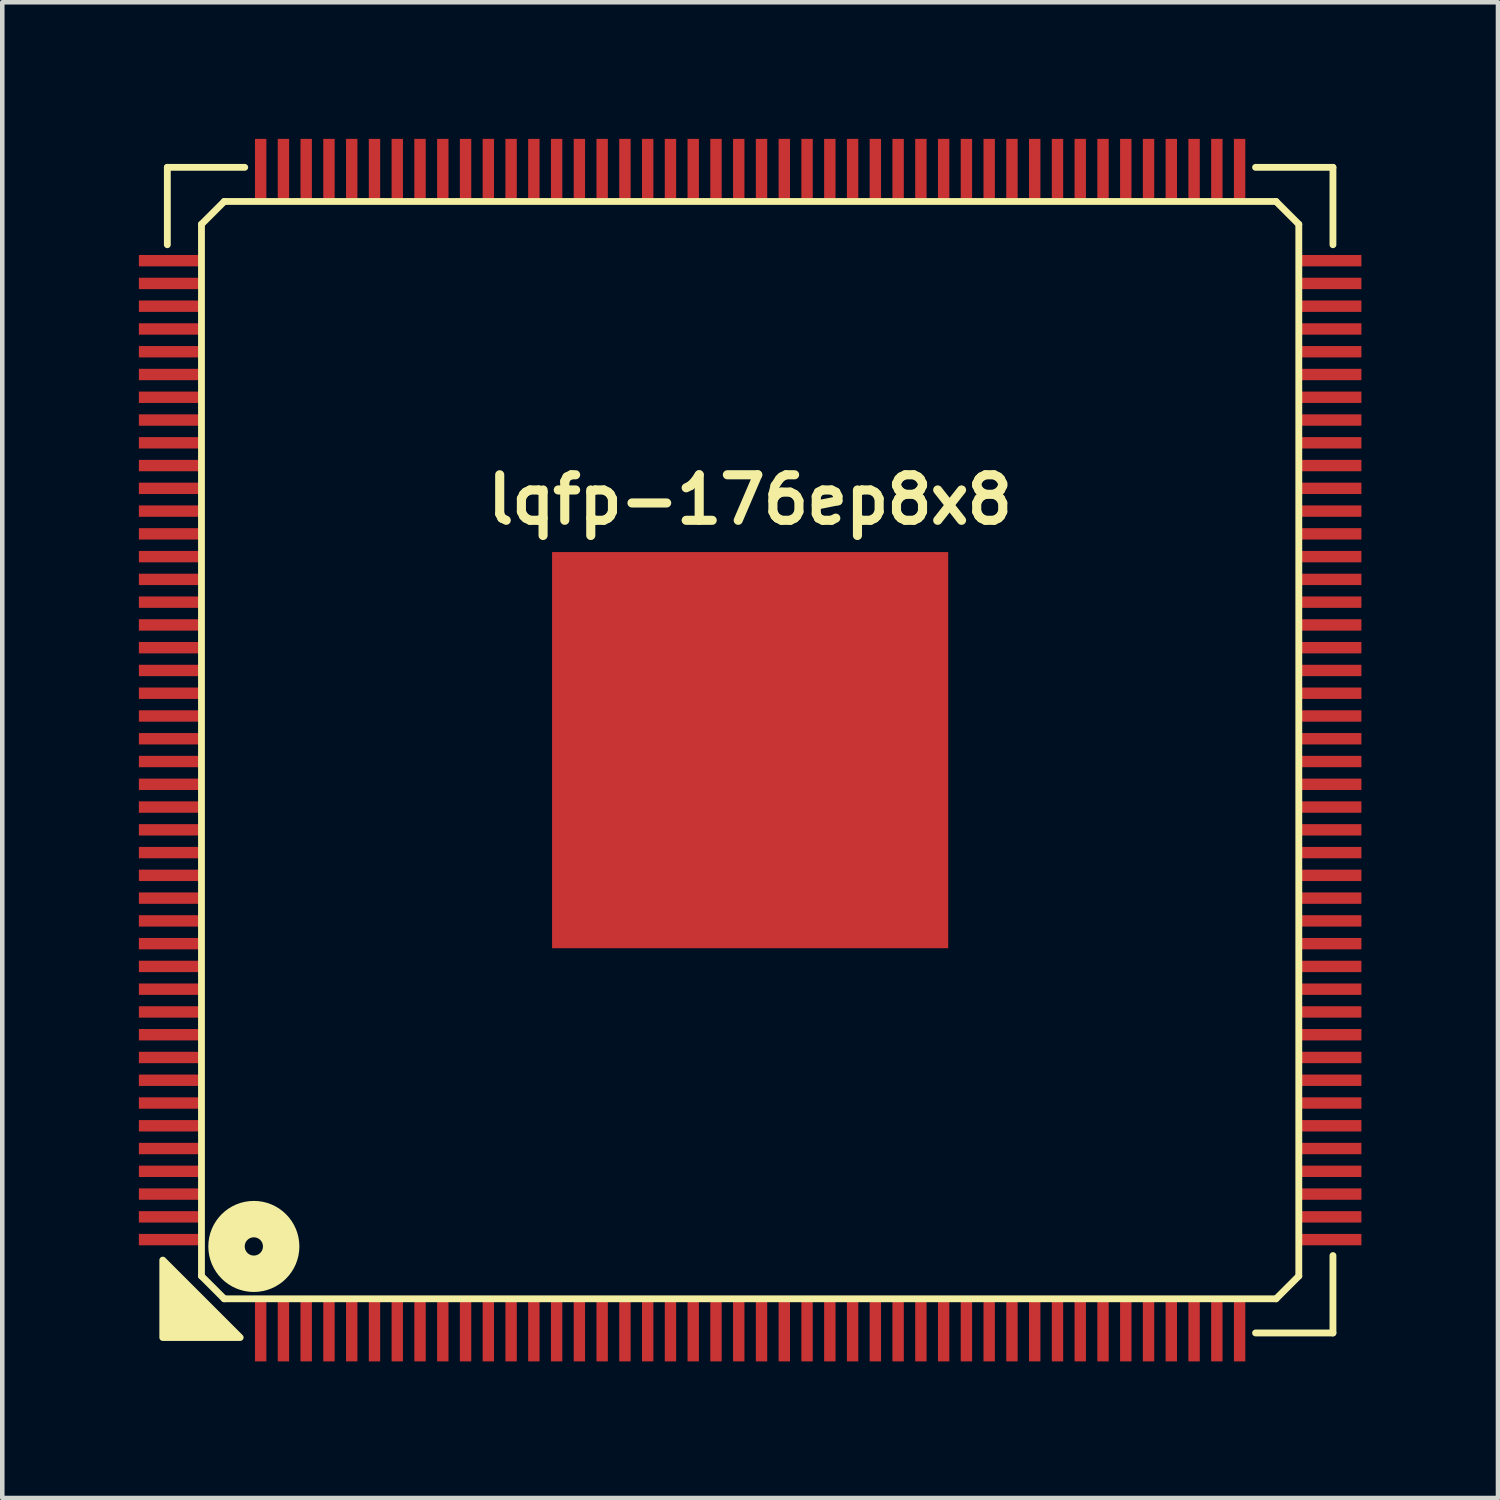
<source format=kicad_pcb>
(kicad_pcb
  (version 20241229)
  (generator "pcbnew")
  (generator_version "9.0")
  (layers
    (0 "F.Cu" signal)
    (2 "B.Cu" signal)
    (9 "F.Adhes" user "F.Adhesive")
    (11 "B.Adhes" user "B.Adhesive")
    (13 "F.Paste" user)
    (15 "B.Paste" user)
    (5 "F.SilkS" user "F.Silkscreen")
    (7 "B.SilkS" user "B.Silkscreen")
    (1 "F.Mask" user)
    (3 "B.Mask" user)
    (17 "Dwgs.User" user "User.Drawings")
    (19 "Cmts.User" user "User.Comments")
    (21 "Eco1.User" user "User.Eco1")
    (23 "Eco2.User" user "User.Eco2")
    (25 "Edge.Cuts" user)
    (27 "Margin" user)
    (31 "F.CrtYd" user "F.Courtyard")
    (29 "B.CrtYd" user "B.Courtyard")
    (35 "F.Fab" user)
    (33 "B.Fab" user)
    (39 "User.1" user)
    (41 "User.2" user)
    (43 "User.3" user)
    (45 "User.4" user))
  (footprint "lqfp-176ep8x8"
    (layer "F.Cu")
    (at 13.425 13.425)
    (property "Reference" "lqfp-176ep8x8" (at 0 -5.5 0) (layer "F.SilkS") (effects (font (size 1 1) (thickness 0.2))))
    (attr smd)
    (fp_line (start -12.8 -12.8) (end -11.1 -12.8) (stroke (width 0.15) (type solid)) (layer "F.SilkS"))
    (fp_line (start -12.8 -11.1) (end -12.8 -12.8) (stroke (width 0.15) (type solid)) (layer "F.SilkS"))
    (fp_line (start -12.05 -11.55) (end -11.55 -12.05) (stroke (width 0.15) (type solid)) (layer "F.SilkS"))
    (fp_line (start -12.05 11.55) (end -12.05 -11.55) (stroke (width 0.15) (type solid)) (layer "F.SilkS"))
    (fp_line (start -11.55 -12.05) (end 11.55 -12.05) (stroke (width 0.15) (type solid)) (layer "F.SilkS"))
    (fp_line (start -11.55 12.05) (end -12.05 11.55) (stroke (width 0.15) (type solid)) (layer "F.SilkS"))
    (fp_line (start 11.1 -12.8) (end 12.8 -12.8) (stroke (width 0.15) (type solid)) (layer "F.SilkS"))
    (fp_line (start 11.55 -12.05) (end 12.05 -11.55) (stroke (width 0.15) (type solid)) (layer "F.SilkS"))
    (fp_line (start 11.55 12.05) (end -11.55 12.05) (stroke (width 0.15) (type solid)) (layer "F.SilkS"))
    (fp_line (start 12.05 -11.55) (end 12.05 11.55) (stroke (width 0.15) (type solid)) (layer "F.SilkS"))
    (fp_line (start 12.05 11.55) (end 11.55 12.05) (stroke (width 0.15) (type solid)) (layer "F.SilkS"))
    (fp_line (start 12.8 -12.8) (end 12.8 -11.1) (stroke (width 0.15) (type solid)) (layer "F.SilkS"))
    (fp_line (start 12.8 11.1) (end 12.8 12.8) (stroke (width 0.15) (type solid)) (layer "F.SilkS"))
    (fp_line (start 12.8 12.8) (end 11.1 12.8) (stroke (width 0.15) (type solid)) (layer "F.SilkS"))
    (fp_circle (center -10.9 10.9) (end -10.7 10.9) (stroke (width 0.8) (type solid)) (fill no) (layer "F.SilkS"))
    (fp_poly (pts (xy -11.2 12.9) (xy -12.9 12.9) (xy -12.9 11.2)) (stroke (width 0.15) (type solid)) (fill yes) (layer "F.SilkS"))
    (pad "" smd rect (at -3.3 -3.3) (size 1.9 1.9) (layers "F.Paste"))
    (pad "" smd rect (at -3.3 -1.1) (size 1.9 1.9) (layers "F.Paste"))
    (pad "" smd rect (at -3.3 1.1) (size 1.9 1.9) (layers "F.Paste"))
    (pad "" smd rect (at -3.3 3.3) (size 1.9 1.9) (layers "F.Paste"))
    (pad "" smd rect (at -1.1 -3.3) (size 1.9 1.9) (layers "F.Paste"))
    (pad "" smd rect (at -1.1 -1.1) (size 1.9 1.9) (layers "F.Paste"))
    (pad "" smd rect (at -1.1 1.1) (size 1.9 1.9) (layers "F.Paste"))
    (pad "" smd rect (at -1.1 3.3) (size 1.9 1.9) (layers "F.Paste"))
    (pad "" smd rect (at 1.1 -3.3) (size 1.9 1.9) (layers "F.Paste"))
    (pad "" smd rect (at 1.1 -1.1) (size 1.9 1.9) (layers "F.Paste"))
    (pad "" smd rect (at 1.1 1.1) (size 1.9 1.9) (layers "F.Paste"))
    (pad "" smd rect (at 1.1 3.3) (size 1.9 1.9) (layers "F.Paste"))
    (pad "" smd rect (at 3.3 -3.3) (size 1.9 1.9) (layers "F.Paste"))
    (pad "" smd rect (at 3.3 -1.1) (size 1.9 1.9) (layers "F.Paste"))
    (pad "" smd rect (at 3.3 1.1) (size 1.9 1.9) (layers "F.Paste"))
    (pad "" smd rect (at 3.3 3.3) (size 1.9 1.9) (layers "F.Paste"))
    (pad "1" smd rect (at -10.75 12.75) (size 0.25 1.35) (layers "F.Cu" "F.Mask" "F.Paste"))
    (pad "2" smd rect (at -10.25 12.75) (size 0.25 1.35) (layers "F.Cu" "F.Mask" "F.Paste"))
    (pad "3" smd rect (at -9.75 12.75) (size 0.25 1.35) (layers "F.Cu" "F.Mask" "F.Paste"))
    (pad "4" smd rect (at -9.25 12.75) (size 0.25 1.35) (layers "F.Cu" "F.Mask" "F.Paste"))
    (pad "5" smd rect (at -8.75 12.75) (size 0.25 1.35) (layers "F.Cu" "F.Mask" "F.Paste"))
    (pad "6" smd rect (at -8.25 12.75) (size 0.25 1.35) (layers "F.Cu" "F.Mask" "F.Paste"))
    (pad "7" smd rect (at -7.75 12.75) (size 0.25 1.35) (layers "F.Cu" "F.Mask" "F.Paste"))
    (pad "8" smd rect (at -7.25 12.75) (size 0.25 1.35) (layers "F.Cu" "F.Mask" "F.Paste"))
    (pad "9" smd rect (at -6.75 12.75) (size 0.25 1.35) (layers "F.Cu" "F.Mask" "F.Paste"))
    (pad "10" smd rect (at -6.25 12.75) (size 0.25 1.35) (layers "F.Cu" "F.Mask" "F.Paste"))
    (pad "11" smd rect (at -5.75 12.75) (size 0.25 1.35) (layers "F.Cu" "F.Mask" "F.Paste"))
    (pad "12" smd rect (at -5.25 12.75) (size 0.25 1.35) (layers "F.Cu" "F.Mask" "F.Paste"))
    (pad "13" smd rect (at -4.75 12.75) (size 0.25 1.35) (layers "F.Cu" "F.Mask" "F.Paste"))
    (pad "14" smd rect (at -4.25 12.75) (size 0.25 1.35) (layers "F.Cu" "F.Mask" "F.Paste"))
    (pad "15" smd rect (at -3.75 12.75) (size 0.25 1.35) (layers "F.Cu" "F.Mask" "F.Paste"))
    (pad "16" smd rect (at -3.25 12.75) (size 0.25 1.35) (layers "F.Cu" "F.Mask" "F.Paste"))
    (pad "17" smd rect (at -2.75 12.75) (size 0.25 1.35) (layers "F.Cu" "F.Mask" "F.Paste"))
    (pad "18" smd rect (at -2.25 12.75) (size 0.25 1.35) (layers "F.Cu" "F.Mask" "F.Paste"))
    (pad "19" smd rect (at -1.75 12.75) (size 0.25 1.35) (layers "F.Cu" "F.Mask" "F.Paste"))
    (pad "20" smd rect (at -1.25 12.75) (size 0.25 1.35) (layers "F.Cu" "F.Mask" "F.Paste"))
    (pad "21" smd rect (at -0.75 12.75) (size 0.25 1.35) (layers "F.Cu" "F.Mask" "F.Paste"))
    (pad "22" smd rect (at -0.25 12.75) (size 0.25 1.35) (layers "F.Cu" "F.Mask" "F.Paste"))
    (pad "23" smd rect (at 0.25 12.75) (size 0.25 1.35) (layers "F.Cu" "F.Mask" "F.Paste"))
    (pad "24" smd rect (at 0.75 12.75) (size 0.25 1.35) (layers "F.Cu" "F.Mask" "F.Paste"))
    (pad "25" smd rect (at 1.25 12.75) (size 0.25 1.35) (layers "F.Cu" "F.Mask" "F.Paste"))
    (pad "26" smd rect (at 1.75 12.75) (size 0.25 1.35) (layers "F.Cu" "F.Mask" "F.Paste"))
    (pad "27" smd rect (at 2.25 12.75) (size 0.25 1.35) (layers "F.Cu" "F.Mask" "F.Paste"))
    (pad "28" smd rect (at 2.75 12.75) (size 0.25 1.35) (layers "F.Cu" "F.Mask" "F.Paste"))
    (pad "29" smd rect (at 3.25 12.75) (size 0.25 1.35) (layers "F.Cu" "F.Mask" "F.Paste"))
    (pad "30" smd rect (at 3.75 12.75) (size 0.25 1.35) (layers "F.Cu" "F.Mask" "F.Paste"))
    (pad "31" smd rect (at 4.25 12.75) (size 0.25 1.35) (layers "F.Cu" "F.Mask" "F.Paste"))
    (pad "32" smd rect (at 4.75 12.75) (size 0.25 1.35) (layers "F.Cu" "F.Mask" "F.Paste"))
    (pad "33" smd rect (at 5.25 12.75) (size 0.25 1.35) (layers "F.Cu" "F.Mask" "F.Paste"))
    (pad "34" smd rect (at 5.75 12.75) (size 0.25 1.35) (layers "F.Cu" "F.Mask" "F.Paste"))
    (pad "35" smd rect (at 6.25 12.75) (size 0.25 1.35) (layers "F.Cu" "F.Mask" "F.Paste"))
    (pad "36" smd rect (at 6.75 12.75) (size 0.25 1.35) (layers "F.Cu" "F.Mask" "F.Paste"))
    (pad "37" smd rect (at 7.25 12.75) (size 0.25 1.35) (layers "F.Cu" "F.Mask" "F.Paste"))
    (pad "38" smd rect (at 7.75 12.75) (size 0.25 1.35) (layers "F.Cu" "F.Mask" "F.Paste"))
    (pad "39" smd rect (at 8.25 12.75) (size 0.25 1.35) (layers "F.Cu" "F.Mask" "F.Paste"))
    (pad "40" smd rect (at 8.75 12.75) (size 0.25 1.35) (layers "F.Cu" "F.Mask" "F.Paste"))
    (pad "41" smd rect (at 9.25 12.75) (size 0.25 1.35) (layers "F.Cu" "F.Mask" "F.Paste"))
    (pad "42" smd rect (at 9.75 12.75) (size 0.25 1.35) (layers "F.Cu" "F.Mask" "F.Paste"))
    (pad "43" smd rect (at 10.25 12.75) (size 0.25 1.35) (layers "F.Cu" "F.Mask" "F.Paste"))
    (pad "44" smd rect (at 10.75 12.75) (size 0.25 1.35) (layers "F.Cu" "F.Mask" "F.Paste"))
    (pad "45" smd rect (at 12.75 10.75) (size 1.35 0.25) (layers "F.Cu" "F.Mask" "F.Paste"))
    (pad "46" smd rect (at 12.75 10.25) (size 1.35 0.25) (layers "F.Cu" "F.Mask" "F.Paste"))
    (pad "47" smd rect (at 12.75 9.75) (size 1.35 0.25) (layers "F.Cu" "F.Mask" "F.Paste"))
    (pad "48" smd rect (at 12.75 9.25) (size 1.35 0.25) (layers "F.Cu" "F.Mask" "F.Paste"))
    (pad "49" smd rect (at 12.75 8.75) (size 1.35 0.25) (layers "F.Cu" "F.Mask" "F.Paste"))
    (pad "50" smd rect (at 12.75 8.25) (size 1.35 0.25) (layers "F.Cu" "F.Mask" "F.Paste"))
    (pad "51" smd rect (at 12.75 7.75) (size 1.35 0.25) (layers "F.Cu" "F.Mask" "F.Paste"))
    (pad "52" smd rect (at 12.75 7.25) (size 1.35 0.25) (layers "F.Cu" "F.Mask" "F.Paste"))
    (pad "53" smd rect (at 12.75 6.75) (size 1.35 0.25) (layers "F.Cu" "F.Mask" "F.Paste"))
    (pad "54" smd rect (at 12.75 6.25) (size 1.35 0.25) (layers "F.Cu" "F.Mask" "F.Paste"))
    (pad "55" smd rect (at 12.75 5.75) (size 1.35 0.25) (layers "F.Cu" "F.Mask" "F.Paste"))
    (pad "56" smd rect (at 12.75 5.25) (size 1.35 0.25) (layers "F.Cu" "F.Mask" "F.Paste"))
    (pad "57" smd rect (at 12.75 4.75) (size 1.35 0.25) (layers "F.Cu" "F.Mask" "F.Paste"))
    (pad "58" smd rect (at 12.75 4.25) (size 1.35 0.25) (layers "F.Cu" "F.Mask" "F.Paste"))
    (pad "59" smd rect (at 12.75 3.75) (size 1.35 0.25) (layers "F.Cu" "F.Mask" "F.Paste"))
    (pad "60" smd rect (at 12.75 3.25) (size 1.35 0.25) (layers "F.Cu" "F.Mask" "F.Paste"))
    (pad "61" smd rect (at 12.75 2.75) (size 1.35 0.25) (layers "F.Cu" "F.Mask" "F.Paste"))
    (pad "62" smd rect (at 12.75 2.25) (size 1.35 0.25) (layers "F.Cu" "F.Mask" "F.Paste"))
    (pad "63" smd rect (at 12.75 1.75) (size 1.35 0.25) (layers "F.Cu" "F.Mask" "F.Paste"))
    (pad "64" smd rect (at 12.75 1.25) (size 1.35 0.25) (layers "F.Cu" "F.Mask" "F.Paste"))
    (pad "65" smd rect (at 12.75 0.75) (size 1.35 0.25) (layers "F.Cu" "F.Mask" "F.Paste"))
    (pad "66" smd rect (at 12.75 0.25) (size 1.35 0.25) (layers "F.Cu" "F.Mask" "F.Paste"))
    (pad "67" smd rect (at 12.75 -0.25) (size 1.35 0.25) (layers "F.Cu" "F.Mask" "F.Paste"))
    (pad "68" smd rect (at 12.75 -0.75) (size 1.35 0.25) (layers "F.Cu" "F.Mask" "F.Paste"))
    (pad "69" smd rect (at 12.75 -1.25) (size 1.35 0.25) (layers "F.Cu" "F.Mask" "F.Paste"))
    (pad "70" smd rect (at 12.75 -1.75) (size 1.35 0.25) (layers "F.Cu" "F.Mask" "F.Paste"))
    (pad "71" smd rect (at 12.75 -2.25) (size 1.35 0.25) (layers "F.Cu" "F.Mask" "F.Paste"))
    (pad "72" smd rect (at 12.75 -2.75) (size 1.35 0.25) (layers "F.Cu" "F.Mask" "F.Paste"))
    (pad "73" smd rect (at 12.75 -3.25) (size 1.35 0.25) (layers "F.Cu" "F.Mask" "F.Paste"))
    (pad "74" smd rect (at 12.75 -3.75) (size 1.35 0.25) (layers "F.Cu" "F.Mask" "F.Paste"))
    (pad "75" smd rect (at 12.75 -4.25) (size 1.35 0.25) (layers "F.Cu" "F.Mask" "F.Paste"))
    (pad "76" smd rect (at 12.75 -4.75) (size 1.35 0.25) (layers "F.Cu" "F.Mask" "F.Paste"))
    (pad "77" smd rect (at 12.75 -5.25) (size 1.35 0.25) (layers "F.Cu" "F.Mask" "F.Paste"))
    (pad "78" smd rect (at 12.75 -5.75) (size 1.35 0.25) (layers "F.Cu" "F.Mask" "F.Paste"))
    (pad "79" smd rect (at 12.75 -6.25) (size 1.35 0.25) (layers "F.Cu" "F.Mask" "F.Paste"))
    (pad "80" smd rect (at 12.75 -6.75) (size 1.35 0.25) (layers "F.Cu" "F.Mask" "F.Paste"))
    (pad "81" smd rect (at 12.75 -7.25) (size 1.35 0.25) (layers "F.Cu" "F.Mask" "F.Paste"))
    (pad "82" smd rect (at 12.75 -7.75) (size 1.35 0.25) (layers "F.Cu" "F.Mask" "F.Paste"))
    (pad "83" smd rect (at 12.75 -8.25) (size 1.35 0.25) (layers "F.Cu" "F.Mask" "F.Paste"))
    (pad "84" smd rect (at 12.75 -8.75) (size 1.35 0.25) (layers "F.Cu" "F.Mask" "F.Paste"))
    (pad "85" smd rect (at 12.75 -9.25) (size 1.35 0.25) (layers "F.Cu" "F.Mask" "F.Paste"))
    (pad "86" smd rect (at 12.75 -9.75) (size 1.35 0.25) (layers "F.Cu" "F.Mask" "F.Paste"))
    (pad "87" smd rect (at 12.75 -10.25) (size 1.35 0.25) (layers "F.Cu" "F.Mask" "F.Paste"))
    (pad "88" smd rect (at 12.75 -10.75) (size 1.35 0.25) (layers "F.Cu" "F.Mask" "F.Paste"))
    (pad "89" smd rect (at 10.75 -12.75) (size 0.25 1.35) (layers "F.Cu" "F.Mask" "F.Paste"))
    (pad "90" smd rect (at 10.25 -12.75) (size 0.25 1.35) (layers "F.Cu" "F.Mask" "F.Paste"))
    (pad "91" smd rect (at 9.75 -12.75) (size 0.25 1.35) (layers "F.Cu" "F.Mask" "F.Paste"))
    (pad "92" smd rect (at 9.25 -12.75) (size 0.25 1.35) (layers "F.Cu" "F.Mask" "F.Paste"))
    (pad "93" smd rect (at 8.75 -12.75) (size 0.25 1.35) (layers "F.Cu" "F.Mask" "F.Paste"))
    (pad "94" smd rect (at 8.25 -12.75) (size 0.25 1.35) (layers "F.Cu" "F.Mask" "F.Paste"))
    (pad "95" smd rect (at 7.75 -12.75) (size 0.25 1.35) (layers "F.Cu" "F.Mask" "F.Paste"))
    (pad "96" smd rect (at 7.25 -12.75) (size 0.25 1.35) (layers "F.Cu" "F.Mask" "F.Paste"))
    (pad "97" smd rect (at 6.75 -12.75) (size 0.25 1.35) (layers "F.Cu" "F.Mask" "F.Paste"))
    (pad "98" smd rect (at 6.25 -12.75) (size 0.25 1.35) (layers "F.Cu" "F.Mask" "F.Paste"))
    (pad "99" smd rect (at 5.75 -12.75) (size 0.25 1.35) (layers "F.Cu" "F.Mask" "F.Paste"))
    (pad "100" smd rect (at 5.25 -12.75) (size 0.25 1.35) (layers "F.Cu" "F.Mask" "F.Paste"))
    (pad "101" smd rect (at 4.75 -12.75) (size 0.25 1.35) (layers "F.Cu" "F.Mask" "F.Paste"))
    (pad "102" smd rect (at 4.25 -12.75) (size 0.25 1.35) (layers "F.Cu" "F.Mask" "F.Paste"))
    (pad "103" smd rect (at 3.75 -12.75) (size 0.25 1.35) (layers "F.Cu" "F.Mask" "F.Paste"))
    (pad "104" smd rect (at 3.25 -12.75) (size 0.25 1.35) (layers "F.Cu" "F.Mask" "F.Paste"))
    (pad "105" smd rect (at 2.75 -12.75) (size 0.25 1.35) (layers "F.Cu" "F.Mask" "F.Paste"))
    (pad "106" smd rect (at 2.25 -12.75) (size 0.25 1.35) (layers "F.Cu" "F.Mask" "F.Paste"))
    (pad "107" smd rect (at 1.75 -12.75) (size 0.25 1.35) (layers "F.Cu" "F.Mask" "F.Paste"))
    (pad "108" smd rect (at 1.25 -12.75) (size 0.25 1.35) (layers "F.Cu" "F.Mask" "F.Paste"))
    (pad "109" smd rect (at 0.75 -12.75) (size 0.25 1.35) (layers "F.Cu" "F.Mask" "F.Paste"))
    (pad "110" smd rect (at 0.25 -12.75) (size 0.25 1.35) (layers "F.Cu" "F.Mask" "F.Paste"))
    (pad "111" smd rect (at -0.25 -12.75) (size 0.25 1.35) (layers "F.Cu" "F.Mask" "F.Paste"))
    (pad "112" smd rect (at -0.75 -12.75) (size 0.25 1.35) (layers "F.Cu" "F.Mask" "F.Paste"))
    (pad "113" smd rect (at -1.25 -12.75) (size 0.25 1.35) (layers "F.Cu" "F.Mask" "F.Paste"))
    (pad "114" smd rect (at -1.75 -12.75) (size 0.25 1.35) (layers "F.Cu" "F.Mask" "F.Paste"))
    (pad "115" smd rect (at -2.25 -12.75) (size 0.25 1.35) (layers "F.Cu" "F.Mask" "F.Paste"))
    (pad "116" smd rect (at -2.75 -12.75) (size 0.25 1.35) (layers "F.Cu" "F.Mask" "F.Paste"))
    (pad "117" smd rect (at -3.25 -12.75) (size 0.25 1.35) (layers "F.Cu" "F.Mask" "F.Paste"))
    (pad "118" smd rect (at -3.75 -12.75) (size 0.25 1.35) (layers "F.Cu" "F.Mask" "F.Paste"))
    (pad "119" smd rect (at -4.25 -12.75) (size 0.25 1.35) (layers "F.Cu" "F.Mask" "F.Paste"))
    (pad "120" smd rect (at -4.75 -12.75) (size 0.25 1.35) (layers "F.Cu" "F.Mask" "F.Paste"))
    (pad "121" smd rect (at -5.25 -12.75) (size 0.25 1.35) (layers "F.Cu" "F.Mask" "F.Paste"))
    (pad "122" smd rect (at -5.75 -12.75) (size 0.25 1.35) (layers "F.Cu" "F.Mask" "F.Paste"))
    (pad "123" smd rect (at -6.25 -12.75) (size 0.25 1.35) (layers "F.Cu" "F.Mask" "F.Paste"))
    (pad "124" smd rect (at -6.75 -12.75) (size 0.25 1.35) (layers "F.Cu" "F.Mask" "F.Paste"))
    (pad "125" smd rect (at -7.25 -12.75) (size 0.25 1.35) (layers "F.Cu" "F.Mask" "F.Paste"))
    (pad "126" smd rect (at -7.75 -12.75) (size 0.25 1.35) (layers "F.Cu" "F.Mask" "F.Paste"))
    (pad "127" smd rect (at -8.25 -12.75) (size 0.25 1.35) (layers "F.Cu" "F.Mask" "F.Paste"))
    (pad "128" smd rect (at -8.75 -12.75) (size 0.25 1.35) (layers "F.Cu" "F.Mask" "F.Paste"))
    (pad "129" smd rect (at -9.25 -12.75) (size 0.25 1.35) (layers "F.Cu" "F.Mask" "F.Paste"))
    (pad "130" smd rect (at -9.75 -12.75) (size 0.25 1.35) (layers "F.Cu" "F.Mask" "F.Paste"))
    (pad "131" smd rect (at -10.25 -12.75) (size 0.25 1.35) (layers "F.Cu" "F.Mask" "F.Paste"))
    (pad "132" smd rect (at -10.75 -12.75) (size 0.25 1.35) (layers "F.Cu" "F.Mask" "F.Paste"))
    (pad "133" smd rect (at -12.75 -10.75) (size 1.35 0.25) (layers "F.Cu" "F.Mask" "F.Paste"))
    (pad "134" smd rect (at -12.75 -10.25) (size 1.35 0.25) (layers "F.Cu" "F.Mask" "F.Paste"))
    (pad "135" smd rect (at -12.75 -9.75) (size 1.35 0.25) (layers "F.Cu" "F.Mask" "F.Paste"))
    (pad "136" smd rect (at -12.75 -9.25) (size 1.35 0.25) (layers "F.Cu" "F.Mask" "F.Paste"))
    (pad "137" smd rect (at -12.75 -8.75) (size 1.35 0.25) (layers "F.Cu" "F.Mask" "F.Paste"))
    (pad "138" smd rect (at -12.75 -8.25) (size 1.35 0.25) (layers "F.Cu" "F.Mask" "F.Paste"))
    (pad "139" smd rect (at -12.75 -7.75) (size 1.35 0.25) (layers "F.Cu" "F.Mask" "F.Paste"))
    (pad "140" smd rect (at -12.75 -7.25) (size 1.35 0.25) (layers "F.Cu" "F.Mask" "F.Paste"))
    (pad "141" smd rect (at -12.75 -6.75) (size 1.35 0.25) (layers "F.Cu" "F.Mask" "F.Paste"))
    (pad "142" smd rect (at -12.75 -6.25) (size 1.35 0.25) (layers "F.Cu" "F.Mask" "F.Paste"))
    (pad "143" smd rect (at -12.75 -5.75) (size 1.35 0.25) (layers "F.Cu" "F.Mask" "F.Paste"))
    (pad "144" smd rect (at -12.75 -5.25) (size 1.35 0.25) (layers "F.Cu" "F.Mask" "F.Paste"))
    (pad "145" smd rect (at -12.75 -4.75) (size 1.35 0.25) (layers "F.Cu" "F.Mask" "F.Paste"))
    (pad "146" smd rect (at -12.75 -4.25) (size 1.35 0.25) (layers "F.Cu" "F.Mask" "F.Paste"))
    (pad "147" smd rect (at -12.75 -3.75) (size 1.35 0.25) (layers "F.Cu" "F.Mask" "F.Paste"))
    (pad "148" smd rect (at -12.75 -3.25) (size 1.35 0.25) (layers "F.Cu" "F.Mask" "F.Paste"))
    (pad "149" smd rect (at -12.75 -2.75) (size 1.35 0.25) (layers "F.Cu" "F.Mask" "F.Paste"))
    (pad "150" smd rect (at -12.75 -2.25) (size 1.35 0.25) (layers "F.Cu" "F.Mask" "F.Paste"))
    (pad "151" smd rect (at -12.75 -1.75) (size 1.35 0.25) (layers "F.Cu" "F.Mask" "F.Paste"))
    (pad "152" smd rect (at -12.75 -1.25) (size 1.35 0.25) (layers "F.Cu" "F.Mask" "F.Paste"))
    (pad "153" smd rect (at -12.75 -0.75) (size 1.35 0.25) (layers "F.Cu" "F.Mask" "F.Paste"))
    (pad "154" smd rect (at -12.75 -0.25) (size 1.35 0.25) (layers "F.Cu" "F.Mask" "F.Paste"))
    (pad "155" smd rect (at -12.75 0.25) (size 1.35 0.25) (layers "F.Cu" "F.Mask" "F.Paste"))
    (pad "156" smd rect (at -12.75 0.75) (size 1.35 0.25) (layers "F.Cu" "F.Mask" "F.Paste"))
    (pad "157" smd rect (at -12.75 1.25) (size 1.35 0.25) (layers "F.Cu" "F.Mask" "F.Paste"))
    (pad "158" smd rect (at -12.75 1.75) (size 1.35 0.25) (layers "F.Cu" "F.Mask" "F.Paste"))
    (pad "159" smd rect (at -12.75 2.25) (size 1.35 0.25) (layers "F.Cu" "F.Mask" "F.Paste"))
    (pad "160" smd rect (at -12.75 2.75) (size 1.35 0.25) (layers "F.Cu" "F.Mask" "F.Paste"))
    (pad "161" smd rect (at -12.75 3.25) (size 1.35 0.25) (layers "F.Cu" "F.Mask" "F.Paste"))
    (pad "162" smd rect (at -12.75 3.75) (size 1.35 0.25) (layers "F.Cu" "F.Mask" "F.Paste"))
    (pad "163" smd rect (at -12.75 4.25) (size 1.35 0.25) (layers "F.Cu" "F.Mask" "F.Paste"))
    (pad "164" smd rect (at -12.75 4.75) (size 1.35 0.25) (layers "F.Cu" "F.Mask" "F.Paste"))
    (pad "165" smd rect (at -12.75 5.25) (size 1.35 0.25) (layers "F.Cu" "F.Mask" "F.Paste"))
    (pad "166" smd rect (at -12.75 5.75) (size 1.35 0.25) (layers "F.Cu" "F.Mask" "F.Paste"))
    (pad "167" smd rect (at -12.75 6.25) (size 1.35 0.25) (layers "F.Cu" "F.Mask" "F.Paste"))
    (pad "168" smd rect (at -12.75 6.75) (size 1.35 0.25) (layers "F.Cu" "F.Mask" "F.Paste"))
    (pad "169" smd rect (at -12.75 7.25) (size 1.35 0.25) (layers "F.Cu" "F.Mask" "F.Paste"))
    (pad "170" smd rect (at -12.75 7.75) (size 1.35 0.25) (layers "F.Cu" "F.Mask" "F.Paste"))
    (pad "171" smd rect (at -12.75 8.25) (size 1.35 0.25) (layers "F.Cu" "F.Mask" "F.Paste"))
    (pad "172" smd rect (at -12.75 8.75) (size 1.35 0.25) (layers "F.Cu" "F.Mask" "F.Paste"))
    (pad "173" smd rect (at -12.75 9.25) (size 1.35 0.25) (layers "F.Cu" "F.Mask" "F.Paste"))
    (pad "174" smd rect (at -12.75 9.75) (size 1.35 0.25) (layers "F.Cu" "F.Mask" "F.Paste"))
    (pad "175" smd rect (at -12.75 10.25) (size 1.35 0.25) (layers "F.Cu" "F.Mask" "F.Paste"))
    (pad "176" smd rect (at -12.75 10.75) (size 1.35 0.25) (layers "F.Cu" "F.Mask" "F.Paste"))
    (pad "177" smd rect (at 0 0) (size 8.7 8.7) (layers "F.Cu" "F.Mask")))
  (gr_rect
    (start -3 -3)
    (end 29.85 29.85)
    (stroke (width 0.1) (type default))
    (fill no)
    (layer "Edge.Cuts")))
</source>
